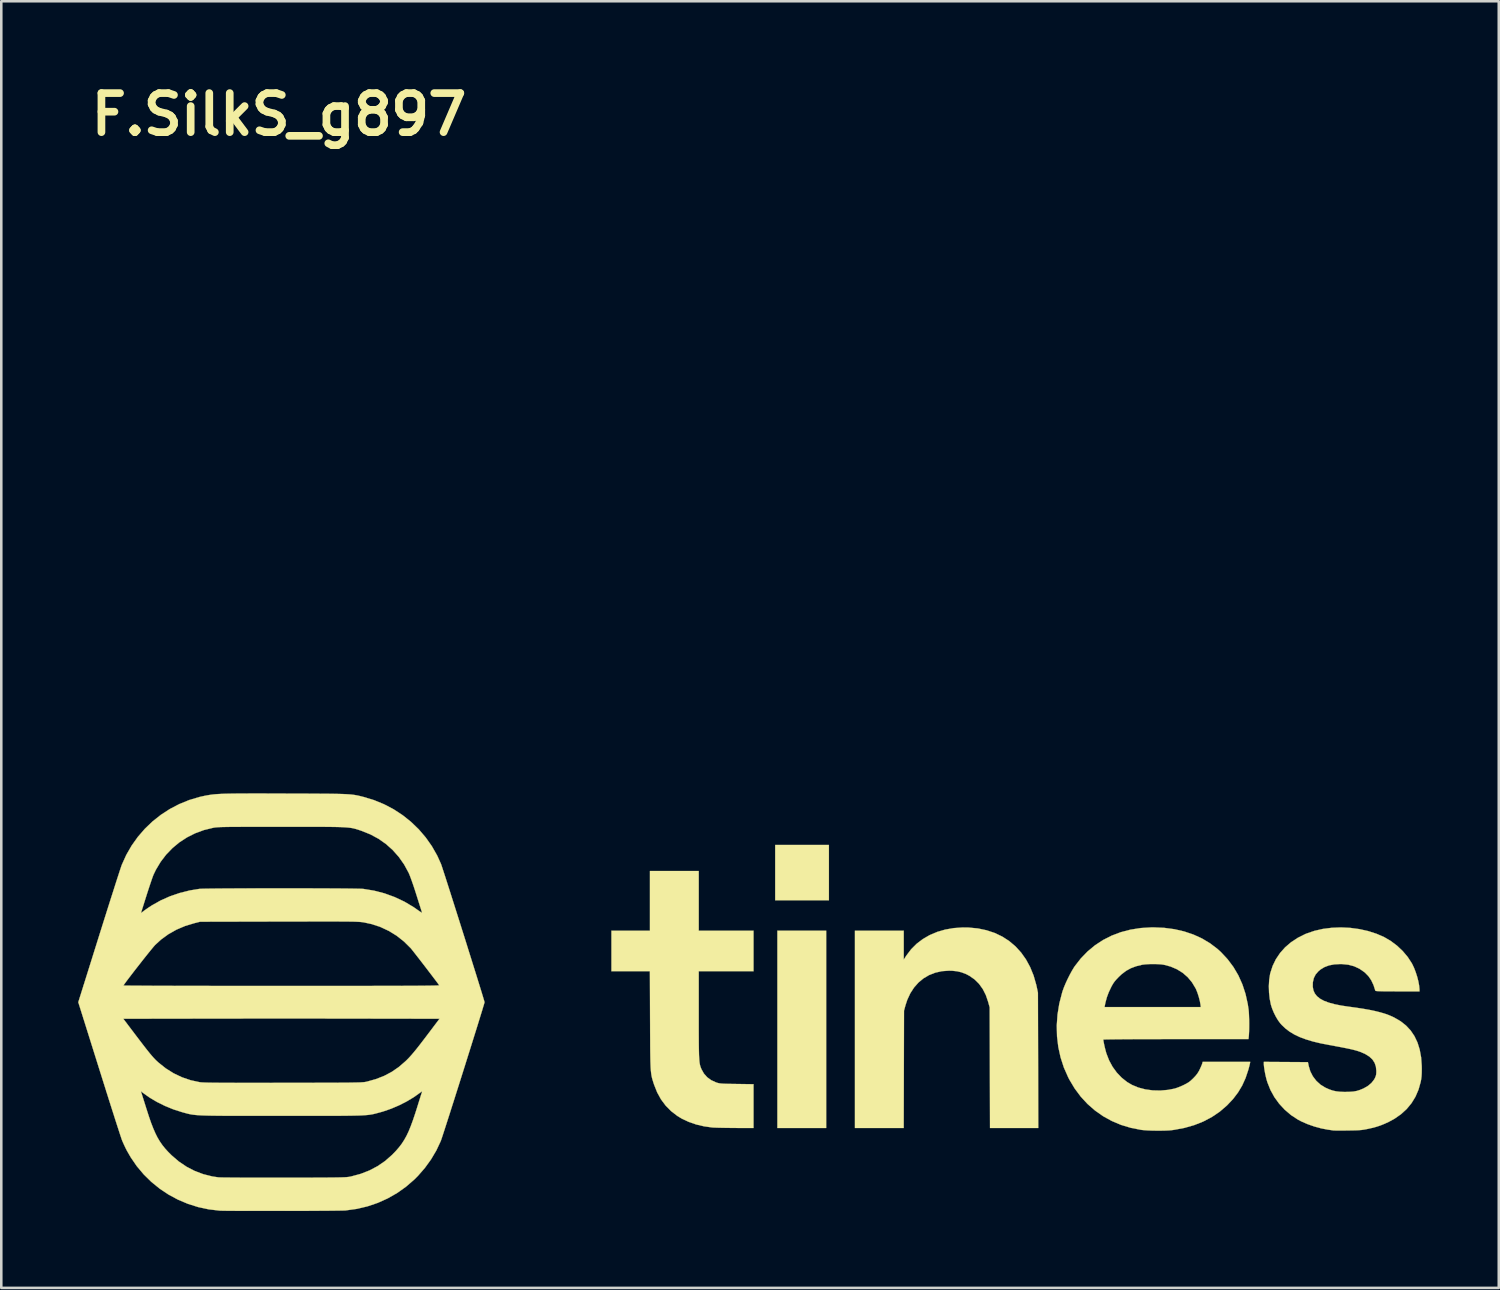
<source format=kicad_pcb>
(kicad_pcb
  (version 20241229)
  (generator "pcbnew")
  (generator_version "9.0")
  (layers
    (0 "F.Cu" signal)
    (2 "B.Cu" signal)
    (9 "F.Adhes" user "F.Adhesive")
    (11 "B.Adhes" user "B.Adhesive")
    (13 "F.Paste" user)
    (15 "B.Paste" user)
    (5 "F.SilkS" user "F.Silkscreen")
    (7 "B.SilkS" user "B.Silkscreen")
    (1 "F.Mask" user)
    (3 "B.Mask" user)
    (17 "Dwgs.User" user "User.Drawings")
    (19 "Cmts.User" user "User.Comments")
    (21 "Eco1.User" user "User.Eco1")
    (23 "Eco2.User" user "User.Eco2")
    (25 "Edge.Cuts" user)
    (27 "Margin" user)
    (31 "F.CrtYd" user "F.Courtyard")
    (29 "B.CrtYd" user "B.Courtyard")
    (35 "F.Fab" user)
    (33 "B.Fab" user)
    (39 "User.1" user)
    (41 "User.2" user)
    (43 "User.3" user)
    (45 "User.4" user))
  (footprint "F.SilkS_g897"
    (layer "F.Cu")
    (at 7.84 1.418)
    (property "Reference" "F.SilkS_g897" (at 0 0 0) (layer "F.SilkS") (effects (font (size 1.524 1.524) (thickness 0.3))))
    (attr through_hole)
    (fp_poly (pts (xy 21.357 39.56) (xy 19.452 39.56) (xy 19.452 31.856) (xy 21.357 31.856) (xy 21.357 39.56)) (stroke (width 0.01) (type solid)) (fill yes) (layer "F.SilkS"))
    (fp_poly (pts (xy 21.463 30.671) (xy 19.367 30.671) (xy 19.367 28.512) (xy 21.463 28.512) (xy 21.463 30.671)) (stroke (width 0.01) (type solid)) (fill yes) (layer "F.SilkS"))
    (fp_poly (pts (xy 26.915 31.736) (xy 27.277 31.77) (xy 27.617 31.842) (xy 27.936 31.948) (xy 28.231 32.089) (xy 28.501 32.264) (xy 28.746 32.471) (xy 28.965 32.711) (xy 29.156 32.981) (xy 29.319 33.281) (xy 29.453 33.61) (xy 29.555 33.967) (xy 29.574 34.051) (xy 29.622 34.279) (xy 29.629 36.92) (xy 29.635 39.56) (xy 27.751 39.56) (xy 27.745 37.206) (xy 27.738 34.851) (xy 27.68 34.64) (xy 27.589 34.372) (xy 27.469 34.135) (xy 27.322 33.931) (xy 27.147 33.758) (xy 26.943 33.617) (xy 26.809 33.548) (xy 26.64 33.483) (xy 26.466 33.442) (xy 26.275 33.422) (xy 26.15 33.419) (xy 25.874 33.438) (xy 25.615 33.496) (xy 25.374 33.59) (xy 25.155 33.719) (xy 24.958 33.882) (xy 24.786 34.077) (xy 24.64 34.302) (xy 24.522 34.557) (xy 24.452 34.769) (xy 24.395 34.978) (xy 24.389 37.269) (xy 24.383 39.56) (xy 22.479 39.56) (xy 22.479 31.856) (xy 24.384 31.856) (xy 24.384 32.986) (xy 24.492 32.821) (xy 24.675 32.58) (xy 24.889 32.367) (xy 25.131 32.183) (xy 25.398 32.029) (xy 25.689 31.906) (xy 26.002 31.815) (xy 26.334 31.757) (xy 26.682 31.733) (xy 26.915 31.736)) (stroke (width 0.01) (type solid)) (fill yes) (layer "F.SilkS"))
    (fp_poly (pts (xy 16.383 31.856) (xy 18.521 31.856) (xy 18.521 33.443) (xy 16.383 33.443) (xy 16.383 35.148) (xy 16.383 35.473) (xy 16.383 35.758) (xy 16.384 36.007) (xy 16.385 36.222) (xy 16.387 36.407) (xy 16.39 36.564) (xy 16.393 36.697) (xy 16.398 36.808) (xy 16.404 36.9) (xy 16.411 36.977) (xy 16.42 37.041) (xy 16.431 37.096) (xy 16.443 37.143) (xy 16.458 37.187) (xy 16.475 37.23) (xy 16.491 37.268) (xy 16.585 37.435) (xy 16.712 37.578) (xy 16.87 37.693) (xy 17.057 37.779) (xy 17.08 37.787) (xy 17.122 37.8) (xy 17.165 37.81) (xy 17.214 37.819) (xy 17.274 37.825) (xy 17.351 37.83) (xy 17.451 37.834) (xy 17.578 37.837) (xy 17.738 37.839) (xy 17.87 37.841) (xy 18.521 37.85) (xy 18.521 39.56) (xy 17.806 39.558) (xy 17.627 39.556) (xy 17.452 39.554) (xy 17.289 39.551) (xy 17.145 39.548) (xy 17.025 39.544) (xy 16.938 39.54) (xy 16.906 39.538) (xy 16.591 39.494) (xy 16.285 39.422) (xy 15.995 39.322) (xy 15.729 39.198) (xy 15.547 39.088) (xy 15.303 38.9) (xy 15.091 38.685) (xy 14.91 38.442) (xy 14.76 38.17) (xy 14.64 37.868) (xy 14.639 37.866) (xy 14.615 37.793) (xy 14.594 37.726) (xy 14.575 37.663) (xy 14.558 37.601) (xy 14.544 37.536) (xy 14.532 37.467) (xy 14.522 37.39) (xy 14.513 37.301) (xy 14.506 37.199) (xy 14.501 37.079) (xy 14.496 36.939) (xy 14.493 36.777) (xy 14.49 36.588) (xy 14.488 36.371) (xy 14.487 36.121) (xy 14.485 35.837) (xy 14.484 35.515) (xy 14.483 35.343) (xy 14.476 33.443) (xy 12.975 33.443) (xy 12.975 31.856) (xy 14.478 31.856) (xy 14.478 29.527) (xy 16.383 29.527) (xy 16.383 31.856)) (stroke (width 0.01) (type solid)) (fill yes) (layer "F.SilkS"))
    (fp_poly (pts (xy 34.547 31.747) (xy 34.949 31.8) (xy 35.331 31.888) (xy 35.693 32.01) (xy 36.031 32.165) (xy 36.346 32.354) (xy 36.634 32.574) (xy 36.763 32.691) (xy 37.025 32.972) (xy 37.252 33.275) (xy 37.444 33.601) (xy 37.601 33.951) (xy 37.724 34.325) (xy 37.812 34.723) (xy 37.845 34.946) (xy 37.854 35.043) (xy 37.86 35.171) (xy 37.865 35.32) (xy 37.867 35.478) (xy 37.866 35.634) (xy 37.864 35.778) (xy 37.858 35.898) (xy 37.854 35.959) (xy 37.84 36.089) (xy 35.007 36.089) (xy 34.637 36.089) (xy 34.284 36.09) (xy 33.952 36.09) (xy 33.642 36.091) (xy 33.355 36.092) (xy 33.095 36.094) (xy 32.863 36.095) (xy 32.661 36.097) (xy 32.491 36.099) (xy 32.355 36.101) (xy 32.256 36.103) (xy 32.194 36.106) (xy 32.173 36.108) (xy 32.173 36.108) (xy 32.178 36.155) (xy 32.192 36.232) (xy 32.212 36.329) (xy 32.236 36.433) (xy 32.262 36.535) (xy 32.286 36.623) (xy 32.294 36.649) (xy 32.399 36.919) (xy 32.535 37.17) (xy 32.7 37.397) (xy 32.89 37.596) (xy 33.101 37.764) (xy 33.295 37.878) (xy 33.544 37.981) (xy 33.815 38.052) (xy 34.103 38.091) (xy 34.4 38.098) (xy 34.7 38.071) (xy 34.944 38.024) (xy 35.023 38) (xy 35.124 37.963) (xy 35.233 37.917) (xy 35.304 37.885) (xy 35.415 37.828) (xy 35.501 37.777) (xy 35.577 37.719) (xy 35.658 37.644) (xy 35.688 37.615) (xy 35.779 37.518) (xy 35.848 37.43) (xy 35.905 37.337) (xy 35.937 37.273) (xy 35.977 37.187) (xy 36.011 37.109) (xy 36.033 37.052) (xy 36.037 37.036) (xy 36.051 36.978) (xy 37.908 36.978) (xy 37.895 37.047) (xy 37.883 37.099) (xy 37.863 37.178) (xy 37.839 37.268) (xy 37.832 37.292) (xy 37.725 37.612) (xy 37.593 37.903) (xy 37.432 38.172) (xy 37.238 38.427) (xy 37.006 38.673) (xy 36.991 38.687) (xy 36.715 38.924) (xy 36.41 39.13) (xy 36.078 39.305) (xy 35.72 39.447) (xy 35.338 39.556) (xy 34.931 39.632) (xy 34.841 39.644) (xy 34.727 39.654) (xy 34.583 39.66) (xy 34.417 39.663) (xy 34.24 39.663) (xy 34.065 39.66) (xy 33.9 39.653) (xy 33.756 39.643) (xy 33.649 39.632) (xy 33.248 39.553) (xy 32.866 39.438) (xy 32.504 39.285) (xy 32.165 39.098) (xy 31.849 38.876) (xy 31.557 38.621) (xy 31.292 38.334) (xy 31.055 38.015) (xy 30.847 37.667) (xy 30.802 37.579) (xy 30.634 37.199) (xy 30.506 36.804) (xy 30.417 36.398) (xy 30.367 35.982) (xy 30.357 35.56) (xy 30.386 35.134) (xy 30.434 34.84) (xy 32.221 34.84) (xy 35.979 34.84) (xy 35.968 34.75) (xy 35.941 34.6) (xy 35.898 34.435) (xy 35.845 34.272) (xy 35.787 34.13) (xy 35.774 34.105) (xy 35.635 33.874) (xy 35.467 33.672) (xy 35.27 33.502) (xy 35.047 33.363) (xy 34.798 33.257) (xy 34.533 33.187) (xy 34.425 33.172) (xy 34.287 33.163) (xy 34.134 33.16) (xy 33.979 33.162) (xy 33.835 33.17) (xy 33.715 33.183) (xy 33.687 33.188) (xy 33.452 33.246) (xy 33.247 33.323) (xy 33.064 33.424) (xy 32.891 33.555) (xy 32.776 33.663) (xy 32.684 33.759) (xy 32.615 33.84) (xy 32.559 33.92) (xy 32.505 34.013) (xy 32.477 34.068) (xy 32.383 34.267) (xy 32.313 34.455) (xy 32.261 34.647) (xy 32.25 34.697) (xy 32.221 34.84) (xy 30.434 34.84) (xy 30.455 34.706) (xy 30.565 34.28) (xy 30.588 34.205) (xy 30.637 34.07) (xy 30.703 33.912) (xy 30.781 33.744) (xy 30.865 33.577) (xy 30.949 33.423) (xy 31.028 33.292) (xy 31.058 33.246) (xy 31.297 32.94) (xy 31.561 32.667) (xy 31.85 32.427) (xy 32.163 32.222) (xy 32.498 32.052) (xy 32.855 31.917) (xy 33.233 31.818) (xy 33.63 31.755) (xy 34.046 31.73) (xy 34.128 31.729) (xy 34.547 31.747)) (stroke (width 0.01) (type solid)) (fill yes) (layer "F.SilkS"))
    (fp_poly (pts (xy 41.809 31.748) (xy 42.165 31.796) (xy 42.512 31.873) (xy 42.842 31.98) (xy 43.135 32.108) (xy 43.394 32.26) (xy 43.638 32.443) (xy 43.859 32.652) (xy 44.052 32.88) (xy 44.211 33.123) (xy 44.234 33.165) (xy 44.304 33.313) (xy 44.368 33.481) (xy 44.425 33.658) (xy 44.47 33.834) (xy 44.5 33.998) (xy 44.513 34.137) (xy 44.514 34.155) (xy 44.514 34.227) (xy 43.656 34.227) (xy 43.432 34.226) (xy 43.249 34.225) (xy 43.101 34.224) (xy 42.986 34.221) (xy 42.9 34.218) (xy 42.842 34.214) (xy 42.806 34.208) (xy 42.792 34.202) (xy 42.791 34.2) (xy 42.72 33.98) (xy 42.633 33.795) (xy 42.525 33.637) (xy 42.394 33.502) (xy 42.362 33.475) (xy 42.168 33.341) (xy 41.96 33.245) (xy 41.735 33.186) (xy 41.488 33.161) (xy 41.423 33.16) (xy 41.187 33.173) (xy 40.981 33.213) (xy 40.801 33.281) (xy 40.645 33.377) (xy 40.568 33.443) (xy 40.461 33.567) (xy 40.391 33.704) (xy 40.354 33.862) (xy 40.351 33.896) (xy 40.349 34.05) (xy 40.375 34.188) (xy 40.43 34.31) (xy 40.516 34.418) (xy 40.634 34.513) (xy 40.787 34.596) (xy 40.975 34.667) (xy 41.2 34.728) (xy 41.464 34.781) (xy 41.719 34.819) (xy 42.039 34.863) (xy 42.321 34.906) (xy 42.569 34.95) (xy 42.787 34.996) (xy 42.981 35.044) (xy 43.155 35.095) (xy 43.312 35.151) (xy 43.457 35.213) (xy 43.529 35.248) (xy 43.775 35.391) (xy 43.988 35.559) (xy 44.169 35.753) (xy 44.318 35.974) (xy 44.436 36.222) (xy 44.522 36.497) (xy 44.578 36.801) (xy 44.602 37.134) (xy 44.604 37.243) (xy 44.602 37.405) (xy 44.595 37.538) (xy 44.581 37.654) (xy 44.561 37.761) (xy 44.477 38.06) (xy 44.358 38.337) (xy 44.203 38.59) (xy 44.014 38.819) (xy 43.791 39.022) (xy 43.536 39.2) (xy 43.32 39.317) (xy 43.149 39.396) (xy 42.991 39.46) (xy 42.83 39.513) (xy 42.653 39.559) (xy 42.503 39.593) (xy 42.413 39.611) (xy 42.333 39.625) (xy 42.254 39.636) (xy 42.168 39.643) (xy 42.067 39.649) (xy 41.943 39.652) (xy 41.788 39.655) (xy 41.719 39.656) (xy 41.573 39.658) (xy 41.438 39.658) (xy 41.321 39.658) (xy 41.229 39.657) (xy 41.168 39.656) (xy 41.148 39.654) (xy 41.101 39.647) (xy 41.028 39.636) (xy 40.943 39.624) (xy 40.936 39.623) (xy 40.679 39.574) (xy 40.411 39.501) (xy 40.148 39.409) (xy 39.903 39.302) (xy 39.772 39.233) (xy 39.503 39.057) (xy 39.258 38.849) (xy 39.04 38.614) (xy 38.851 38.354) (xy 38.697 38.074) (xy 38.579 37.779) (xy 38.548 37.677) (xy 38.518 37.559) (xy 38.49 37.43) (xy 38.467 37.301) (xy 38.449 37.183) (xy 38.44 37.09) (xy 38.439 37.06) (xy 38.439 36.978) (xy 40.16 36.989) (xy 40.19 37.137) (xy 40.253 37.348) (xy 40.353 37.543) (xy 40.485 37.716) (xy 40.646 37.864) (xy 40.831 37.979) (xy 40.852 37.989) (xy 40.996 38.053) (xy 41.127 38.098) (xy 41.257 38.127) (xy 41.401 38.144) (xy 41.57 38.151) (xy 41.624 38.151) (xy 41.796 38.147) (xy 41.938 38.136) (xy 42.063 38.113) (xy 42.183 38.076) (xy 42.31 38.024) (xy 42.349 38.005) (xy 42.507 37.913) (xy 42.641 37.799) (xy 42.743 37.669) (xy 42.772 37.616) (xy 42.804 37.544) (xy 42.822 37.479) (xy 42.829 37.402) (xy 42.83 37.327) (xy 42.813 37.162) (xy 42.763 37.015) (xy 42.679 36.886) (xy 42.559 36.773) (xy 42.401 36.674) (xy 42.205 36.588) (xy 42.09 36.549) (xy 42.006 36.525) (xy 41.905 36.499) (xy 41.782 36.471) (xy 41.633 36.44) (xy 41.454 36.405) (xy 41.241 36.365) (xy 41 36.321) (xy 40.656 36.254) (xy 40.351 36.181) (xy 40.081 36.1) (xy 39.843 36.011) (xy 39.632 35.911) (xy 39.447 35.8) (xy 39.283 35.675) (xy 39.136 35.535) (xy 39.077 35.469) (xy 38.994 35.356) (xy 38.909 35.215) (xy 38.83 35.058) (xy 38.764 34.899) (xy 38.716 34.752) (xy 38.716 34.749) (xy 38.669 34.518) (xy 38.642 34.271) (xy 38.635 34.02) (xy 38.648 33.779) (xy 38.682 33.559) (xy 38.691 33.517) (xy 38.782 33.235) (xy 38.909 32.972) (xy 39.073 32.729) (xy 39.27 32.507) (xy 39.501 32.309) (xy 39.762 32.137) (xy 40.054 31.991) (xy 40.099 31.972) (xy 40.411 31.865) (xy 40.743 31.789) (xy 41.091 31.745) (xy 41.449 31.731) (xy 41.809 31.748)) (stroke (width 0.01) (type solid)) (fill yes) (layer "F.SilkS"))
    (fp_poly (pts (xy -0.57 26.503) (xy -0.225 26.504) (xy 0.16 26.505) (xy 0.275 26.506) (xy 0.655 26.507) (xy 0.994 26.508) (xy 1.297 26.509) (xy 1.565 26.511) (xy 1.802 26.512) (xy 2.009 26.514) (xy 2.19 26.517) (xy 2.348 26.52) (xy 2.484 26.524) (xy 2.602 26.529) (xy 2.704 26.535) (xy 2.792 26.541) (xy 2.871 26.55) (xy 2.941 26.559) (xy 3.006 26.57) (xy 3.069 26.582) (xy 3.132 26.596) (xy 3.197 26.612) (xy 3.268 26.63) (xy 3.304 26.639) (xy 3.712 26.763) (xy 4.104 26.925) (xy 4.477 27.121) (xy 4.828 27.351) (xy 5.154 27.612) (xy 5.455 27.902) (xy 5.726 28.219) (xy 5.967 28.561) (xy 6.175 28.927) (xy 6.321 29.249) (xy 6.336 29.29) (xy 6.362 29.367) (xy 6.398 29.478) (xy 6.444 29.619) (xy 6.499 29.788) (xy 6.561 29.982) (xy 6.63 30.197) (xy 6.705 30.432) (xy 6.784 30.682) (xy 6.868 30.946) (xy 6.955 31.22) (xy 7.044 31.501) (xy 7.134 31.787) (xy 7.225 32.074) (xy 7.315 32.361) (xy 7.403 32.643) (xy 7.489 32.917) (xy 7.572 33.182) (xy 7.651 33.434) (xy 7.725 33.671) (xy 7.792 33.888) (xy 7.853 34.085) (xy 7.906 34.256) (xy 7.95 34.401) (xy 7.984 34.515) (xy 8.008 34.596) (xy 8.021 34.641) (xy 8.022 34.649) (xy 8.016 34.676) (xy 7.998 34.74) (xy 7.968 34.838) (xy 7.929 34.969) (xy 7.88 35.128) (xy 7.823 35.312) (xy 7.759 35.52) (xy 7.688 35.748) (xy 7.611 35.993) (xy 7.53 36.253) (xy 7.445 36.524) (xy 7.357 36.803) (xy 7.268 37.088) (xy 7.177 37.376) (xy 7.086 37.664) (xy 6.996 37.949) (xy 6.907 38.228) (xy 6.822 38.498) (xy 6.739 38.756) (xy 6.662 39) (xy 6.589 39.226) (xy 6.523 39.432) (xy 6.464 39.615) (xy 6.413 39.772) (xy 6.371 39.9) (xy 6.339 39.995) (xy 6.318 40.056) (xy 6.311 40.073) (xy 6.142 40.433) (xy 5.935 40.783) (xy 5.694 41.117) (xy 5.422 41.429) (xy 5.279 41.572) (xy 4.958 41.85) (xy 4.612 42.096) (xy 4.244 42.306) (xy 3.858 42.48) (xy 3.454 42.617) (xy 3.037 42.716) (xy 2.61 42.775) (xy 2.593 42.777) (xy 2.544 42.779) (xy 2.456 42.781) (xy 2.333 42.783) (xy 2.177 42.785) (xy 1.993 42.787) (xy 1.785 42.789) (xy 1.554 42.79) (xy 1.306 42.792) (xy 1.043 42.793) (xy 0.768 42.794) (xy 0.486 42.794) (xy 0.2 42.795) (xy -0.087 42.795) (xy -0.371 42.795) (xy -0.649 42.795) (xy -0.918 42.795) (xy -1.173 42.795) (xy -1.412 42.794) (xy -1.631 42.793) (xy -1.827 42.792) (xy -1.995 42.791) (xy -2.134 42.789) (xy -2.238 42.787) (xy -2.305 42.785) (xy -2.318 42.784) (xy -2.743 42.734) (xy -3.158 42.645) (xy -3.56 42.518) (xy -3.945 42.355) (xy -4.313 42.157) (xy -4.659 41.926) (xy -4.983 41.663) (xy -5.28 41.371) (xy -5.55 41.05) (xy -5.788 40.703) (xy -5.935 40.448) (xy -5.992 40.336) (xy -6.05 40.213) (xy -6.102 40.098) (xy -6.126 40.04) (xy -6.142 39.996) (xy -6.169 39.915) (xy -6.208 39.798) (xy -6.256 39.65) (xy -6.314 39.471) (xy -6.381 39.264) (xy -6.454 39.034) (xy -6.535 38.781) (xy -6.622 38.508) (xy -6.713 38.219) (xy -6.743 38.124) (xy -5.391 38.124) (xy -5.173 38.816) (xy -5.081 39.101) (xy -4.995 39.351) (xy -4.911 39.568) (xy -4.828 39.76) (xy -4.743 39.93) (xy -4.652 40.083) (xy -4.554 40.225) (xy -4.445 40.361) (xy -4.323 40.495) (xy -4.187 40.63) (xy -3.909 40.868) (xy -3.61 41.07) (xy -3.292 41.235) (xy -2.956 41.362) (xy -2.605 41.45) (xy -2.371 41.485) (xy -2.329 41.487) (xy -2.247 41.49) (xy -2.129 41.492) (xy -1.978 41.493) (xy -1.795 41.495) (xy -1.585 41.496) (xy -1.35 41.498) (xy -1.093 41.498) (xy -0.816 41.499) (xy -0.523 41.499) (xy -0.217 41.499) (xy 0.1 41.499) (xy 0.201 41.499) (xy 0.572 41.498) (xy 0.904 41.497) (xy 1.197 41.497) (xy 1.456 41.496) (xy 1.683 41.495) (xy 1.88 41.494) (xy 2.049 41.493) (xy 2.194 41.491) (xy 2.316 41.489) (xy 2.418 41.487) (xy 2.502 41.484) (xy 2.572 41.481) (xy 2.629 41.478) (xy 2.676 41.473) (xy 2.716 41.469) (xy 2.75 41.463) (xy 2.782 41.457) (xy 2.814 41.451) (xy 2.817 41.45) (xy 3.186 41.35) (xy 3.528 41.217) (xy 3.846 41.049) (xy 4.14 40.848) (xy 4.41 40.611) (xy 4.432 40.589) (xy 4.566 40.45) (xy 4.685 40.312) (xy 4.792 40.172) (xy 4.888 40.023) (xy 4.978 39.862) (xy 5.063 39.682) (xy 5.146 39.478) (xy 5.231 39.246) (xy 5.32 38.98) (xy 5.368 38.83) (xy 5.418 38.67) (xy 5.464 38.522) (xy 5.505 38.392) (xy 5.539 38.283) (xy 5.565 38.202) (xy 5.581 38.154) (xy 5.585 38.142) (xy 5.577 38.136) (xy 5.545 38.153) (xy 5.513 38.177) (xy 5.265 38.354) (xy 4.987 38.521) (xy 4.688 38.673) (xy 4.38 38.805) (xy 4.074 38.911) (xy 3.956 38.945) (xy 3.887 38.963) (xy 3.826 38.98) (xy 3.769 38.995) (xy 3.714 39.009) (xy 3.66 39.021) (xy 3.603 39.031) (xy 3.541 39.041) (xy 3.474 39.049) (xy 3.397 39.056) (xy 3.309 39.062) (xy 3.208 39.068) (xy 3.092 39.072) (xy 2.957 39.075) (xy 2.803 39.078) (xy 2.627 39.08) (xy 2.426 39.082) (xy 2.199 39.083) (xy 1.943 39.084) (xy 1.656 39.084) (xy 1.336 39.084) (xy 0.98 39.084) (xy 0.587 39.084) (xy 0.153 39.084) (xy 0.106 39.084) (xy -0.334 39.084) (xy -0.734 39.084) (xy -1.096 39.084) (xy -1.423 39.084) (xy -1.716 39.084) (xy -1.978 39.083) (xy -2.21 39.082) (xy -2.416 39.08) (xy -2.597 39.078) (xy -2.756 39.075) (xy -2.894 39.071) (xy -3.015 39.067) (xy -3.12 39.061) (xy -3.211 39.055) (xy -3.291 39.047) (xy -3.362 39.039) (xy -3.426 39.029) (xy -3.485 39.018) (xy -3.542 39.005) (xy -3.598 38.991) (xy -3.657 38.975) (xy -3.719 38.958) (xy -3.788 38.939) (xy -3.797 38.936) (xy -4.123 38.832) (xy -4.448 38.699) (xy -4.761 38.544) (xy -5.053 38.371) (xy -5.269 38.218) (xy -5.391 38.124) (xy -6.743 38.124) (xy -6.809 37.915) (xy -6.908 37.6) (xy -7.01 37.276) (xy -7.018 37.251) (xy -7.632 35.295) (xy -6.078 35.295) (xy -5.589 35.941) (xy -5.439 36.138) (xy -5.312 36.304) (xy -5.204 36.444) (xy -5.112 36.56) (xy -5.034 36.657) (xy -4.966 36.738) (xy -4.905 36.807) (xy -4.849 36.867) (xy -4.794 36.922) (xy -4.737 36.975) (xy -4.702 37.007) (xy -4.418 37.233) (xy -4.113 37.424) (xy -3.788 37.579) (xy -3.448 37.695) (xy -3.097 37.771) (xy -3.065 37.775) (xy -3.021 37.779) (xy -2.964 37.782) (xy -2.893 37.785) (xy -2.804 37.788) (xy -2.696 37.79) (xy -2.567 37.792) (xy -2.415 37.793) (xy -2.238 37.795) (xy -2.034 37.795) (xy -1.801 37.796) (xy -1.537 37.797) (xy -1.24 37.797) (xy -0.908 37.797) (xy -0.539 37.797) (xy -0.131 37.796) (xy 0.169 37.796) (xy 0.591 37.795) (xy 0.972 37.795) (xy 1.316 37.794) (xy 1.623 37.793) (xy 1.897 37.793) (xy 2.139 37.792) (xy 2.352 37.791) (xy 2.538 37.79) (xy 2.698 37.789) (xy 2.836 37.787) (xy 2.952 37.785) (xy 3.051 37.783) (xy 3.132 37.781) (xy 3.199 37.778) (xy 3.254 37.774) (xy 3.299 37.771) (xy 3.337 37.767) (xy 3.368 37.762) (xy 3.396 37.757) (xy 3.422 37.751) (xy 3.44 37.747) (xy 3.788 37.649) (xy 4.108 37.523) (xy 4.404 37.366) (xy 4.68 37.175) (xy 4.942 36.948) (xy 4.997 36.895) (xy 5.077 36.812) (xy 5.161 36.719) (xy 5.253 36.612) (xy 5.356 36.487) (xy 5.473 36.339) (xy 5.607 36.165) (xy 5.753 35.973) (xy 6.265 35.295) (xy 3.187 35.29) (xy 2.757 35.289) (xy 2.292 35.289) (xy 1.798 35.288) (xy 1.282 35.288) (xy 0.751 35.288) (xy 0.212 35.288) (xy -0.329 35.288) (xy -0.864 35.288) (xy -1.388 35.288) (xy -1.892 35.289) (xy -2.371 35.289) (xy -2.818 35.29) (xy -2.985 35.29) (xy -6.078 35.295) (xy -7.632 35.295) (xy -7.835 34.649) (xy -7.63 33.997) (xy -6.071 33.997) (xy -6.051 33.999) (xy -5.99 34) (xy -5.89 34.001) (xy -5.753 34.003) (xy -5.58 34.004) (xy -5.372 34.005) (xy -5.133 34.007) (xy -4.863 34.008) (xy -4.563 34.009) (xy -4.237 34.01) (xy -3.884 34.011) (xy -3.508 34.011) (xy -3.108 34.012) (xy -2.689 34.013) (xy -2.25 34.014) (xy -1.793 34.014) (xy -1.321 34.014) (xy -0.834 34.015) (xy -0.335 34.015) (xy 0.095 34.015) (xy 0.72 34.015) (xy 1.305 34.015) (xy 1.85 34.015) (xy 2.356 34.014) (xy 2.824 34.014) (xy 3.256 34.014) (xy 3.654 34.013) (xy 4.017 34.012) (xy 4.348 34.012) (xy 4.648 34.011) (xy 4.918 34.01) (xy 5.158 34.009) (xy 5.372 34.008) (xy 5.558 34.006) (xy 5.72 34.005) (xy 5.857 34.003) (xy 5.972 34.002) (xy 6.065 34) (xy 6.138 33.998) (xy 6.192 33.996) (xy 6.228 33.993) (xy 6.248 33.991) (xy 6.252 33.988) (xy 6.23 33.957) (xy 6.186 33.896) (xy 6.122 33.811) (xy 6.043 33.707) (xy 5.952 33.587) (xy 5.852 33.456) (xy 5.747 33.318) (xy 5.64 33.179) (xy 5.535 33.043) (xy 5.435 32.914) (xy 5.344 32.797) (xy 5.265 32.696) (xy 5.201 32.615) (xy 5.157 32.56) (xy 5.139 32.539) (xy 4.877 32.28) (xy 4.592 32.055) (xy 4.286 31.867) (xy 3.962 31.715) (xy 3.62 31.601) (xy 3.329 31.538) (xy 3.294 31.532) (xy 3.259 31.526) (xy 3.222 31.522) (xy 3.18 31.518) (xy 3.133 31.514) (xy 3.076 31.511) (xy 3.01 31.508) (xy 2.93 31.505) (xy 2.835 31.503) (xy 2.722 31.502) (xy 2.59 31.5) (xy 2.437 31.5) (xy 2.259 31.499) (xy 2.055 31.499) (xy 1.823 31.498) (xy 1.56 31.499) (xy 1.265 31.499) (xy 0.935 31.5) (xy 0.567 31.5) (xy 0.161 31.501) (xy -0.001 31.501) (xy -3.08 31.508) (xy -3.302 31.564) (xy -3.667 31.674) (xy -4.004 31.818) (xy -4.316 31.994) (xy -4.603 32.203) (xy -4.837 32.417) (xy -4.874 32.459) (xy -4.932 32.528) (xy -5.007 32.619) (xy -5.097 32.73) (xy -5.197 32.855) (xy -5.305 32.991) (xy -5.416 33.133) (xy -5.529 33.277) (xy -5.639 33.418) (xy -5.744 33.554) (xy -5.84 33.679) (xy -5.923 33.789) (xy -5.991 33.881) (xy -6.04 33.949) (xy -6.068 33.99) (xy -6.071 33.997) (xy -7.63 33.997) (xy -7.027 32.073) (xy -6.925 31.749) (xy -6.826 31.434) (xy -6.743 31.173) (xy -5.39 31.173) (xy -5.268 31.079) (xy -5.193 31.025) (xy -5.099 30.96) (xy -5 30.895) (xy -4.959 30.869) (xy -4.622 30.679) (xy -4.259 30.517) (xy -3.876 30.386) (xy -3.481 30.287) (xy -3.112 30.227) (xy -3.065 30.224) (xy -2.98 30.221) (xy -2.857 30.218) (xy -2.702 30.216) (xy -2.516 30.214) (xy -2.302 30.212) (xy -2.064 30.21) (xy -1.805 30.209) (xy -1.527 30.207) (xy -1.234 30.206) (xy -0.929 30.206) (xy -0.613 30.205) (xy -0.292 30.205) (xy 0.033 30.204) (xy 0.359 30.205) (xy 0.682 30.205) (xy 1 30.205) (xy 1.309 30.206) (xy 1.607 30.207) (xy 1.89 30.208) (xy 2.156 30.21) (xy 2.402 30.211) (xy 2.624 30.213) (xy 2.82 30.215) (xy 2.987 30.218) (xy 3.121 30.22) (xy 3.22 30.223) (xy 3.281 30.226) (xy 3.291 30.227) (xy 3.708 30.295) (xy 4.117 30.401) (xy 4.515 30.546) (xy 4.895 30.725) (xy 5.253 30.938) (xy 5.416 31.052) (xy 5.488 31.102) (xy 5.543 31.138) (xy 5.577 31.156) (xy 5.583 31.154) (xy 5.575 31.127) (xy 5.555 31.065) (xy 5.526 30.973) (xy 5.489 30.856) (xy 5.445 30.718) (xy 5.397 30.565) (xy 5.367 30.469) (xy 5.3 30.26) (xy 5.236 30.067) (xy 5.176 29.896) (xy 5.123 29.752) (xy 5.079 29.641) (xy 5.059 29.596) (xy 4.883 29.273) (xy 4.675 28.977) (xy 4.438 28.71) (xy 4.174 28.474) (xy 3.884 28.27) (xy 3.569 28.1) (xy 3.233 27.965) (xy 3.228 27.963) (xy 3.158 27.939) (xy 3.095 27.918) (xy 3.036 27.899) (xy 2.98 27.883) (xy 2.922 27.868) (xy 2.862 27.855) (xy 2.795 27.844) (xy 2.721 27.835) (xy 2.635 27.827) (xy 2.536 27.821) (xy 2.421 27.815) (xy 2.288 27.811) (xy 2.134 27.808) (xy 1.956 27.806) (xy 1.752 27.804) (xy 1.519 27.803) (xy 1.255 27.803) (xy 0.957 27.802) (xy 0.623 27.802) (xy 0.25 27.802) (xy 0.106 27.802) (xy -0.271 27.802) (xy -0.608 27.803) (xy -0.908 27.803) (xy -1.172 27.803) (xy -1.405 27.804) (xy -1.607 27.805) (xy -1.781 27.806) (xy -1.931 27.807) (xy -2.058 27.809) (xy -2.165 27.811) (xy -2.254 27.813) (xy -2.328 27.816) (xy -2.389 27.82) (xy -2.44 27.824) (xy -2.483 27.828) (xy -2.52 27.833) (xy -2.555 27.839) (xy -2.572 27.842) (xy -2.929 27.929) (xy -3.269 28.054) (xy -3.588 28.214) (xy -3.886 28.407) (xy -4.158 28.633) (xy -4.404 28.887) (xy -4.62 29.17) (xy -4.805 29.479) (xy -4.894 29.663) (xy -4.917 29.72) (xy -4.95 29.811) (xy -4.991 29.93) (xy -5.039 30.072) (xy -5.091 30.229) (xy -5.145 30.396) (xy -5.176 30.493) (xy -5.39 31.173) (xy -6.743 31.173) (xy -6.73 31.129) (xy -6.638 30.839) (xy -6.551 30.565) (xy -6.469 30.31) (xy -6.395 30.077) (xy -6.328 29.868) (xy -6.269 29.687) (xy -6.22 29.535) (xy -6.18 29.415) (xy -6.152 29.331) (xy -6.135 29.284) (xy -6.135 29.284) (xy -5.961 28.9) (xy -5.752 28.537) (xy -5.51 28.197) (xy -5.237 27.882) (xy -4.937 27.594) (xy -4.611 27.336) (xy -4.262 27.109) (xy -3.892 26.916) (xy -3.504 26.758) (xy -3.101 26.638) (xy -2.921 26.598) (xy -2.845 26.583) (xy -2.772 26.57) (xy -2.699 26.558) (xy -2.623 26.547) (xy -2.543 26.538) (xy -2.454 26.53) (xy -2.355 26.524) (xy -2.243 26.518) (xy -2.116 26.513) (xy -1.97 26.51) (xy -1.804 26.507) (xy -1.615 26.505) (xy -1.399 26.504) (xy -1.155 26.503) (xy -0.879 26.503) (xy -0.57 26.503)) (stroke (width 0.01) (type solid)) (fill yes) (layer "F.SilkS")))
  (gr_rect
    (start -3 -3)
    (end 55.449 47.219)
    (stroke (width 0.1) (type default))
    (fill no)
    (layer "Edge.Cuts")))
</source>
